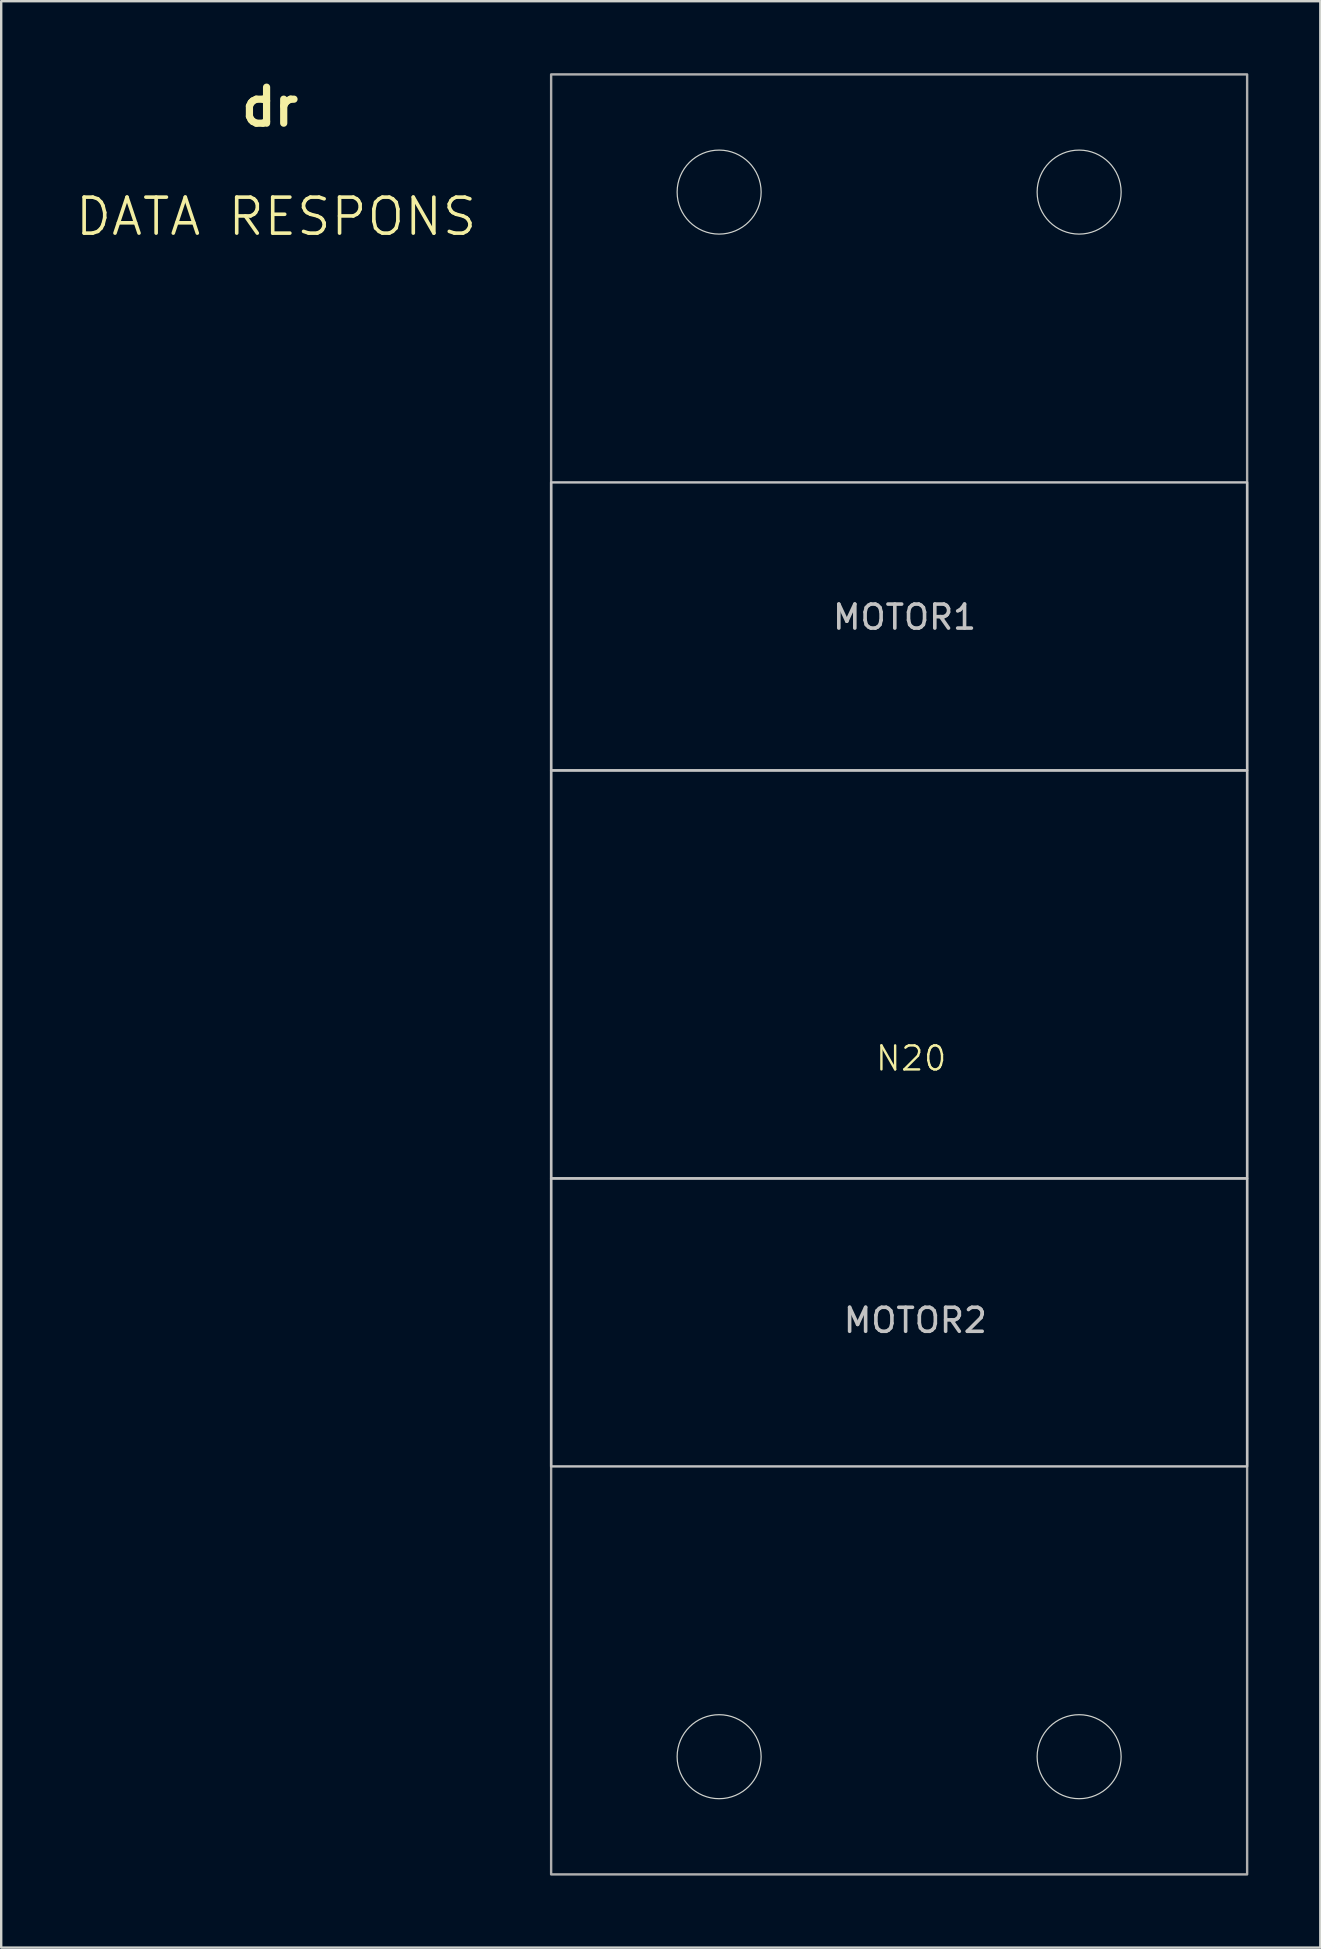
<source format=kicad_pcb>
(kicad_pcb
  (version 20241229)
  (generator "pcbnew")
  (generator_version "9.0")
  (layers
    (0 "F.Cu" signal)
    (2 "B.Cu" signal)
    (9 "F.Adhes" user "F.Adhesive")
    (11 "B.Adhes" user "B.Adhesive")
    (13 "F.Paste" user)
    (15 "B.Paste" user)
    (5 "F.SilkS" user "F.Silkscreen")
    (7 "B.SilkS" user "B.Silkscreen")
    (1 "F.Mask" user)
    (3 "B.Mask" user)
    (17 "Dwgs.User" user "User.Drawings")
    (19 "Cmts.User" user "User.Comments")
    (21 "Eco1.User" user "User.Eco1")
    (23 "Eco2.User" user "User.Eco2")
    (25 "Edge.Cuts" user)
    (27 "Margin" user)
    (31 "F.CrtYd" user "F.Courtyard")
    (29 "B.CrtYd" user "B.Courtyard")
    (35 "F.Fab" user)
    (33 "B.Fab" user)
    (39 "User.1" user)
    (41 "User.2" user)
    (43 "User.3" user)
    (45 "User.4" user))
  (footprint "N20"
    (layer "F.Cu")
    (at 34.414 37.55)
    (property "Reference" "N20" (at 0.5 3.5 0) (unlocked yes) (layer "F.SilkS") (effects (font (size 1 1) (thickness 0.1))))
    (attr smd)
    (fp_rect (start -14.5 -20.5) (end 14.5 -8.5) (stroke (width 0.1) (type default)) (fill no) (layer "Dwgs.User"))
    (fp_rect (start -14.5 -8.5) (end 14.5 8.5) (stroke (width 0.1) (type default)) (fill no) (layer "Dwgs.User"))
    (fp_rect (start -14.5 8.5) (end 14.5 20.5) (stroke (width 0.1) (type default)) (fill no) (layer "Dwgs.User"))
    (fp_circle (center -7.5 -32.596) (end -5.75 -32.596) (stroke (width 0.05) (type default)) (fill no) (layer "Edge.Cuts"))
    (fp_circle (center -7.5 32.596) (end -5.75 32.596) (stroke (width 0.05) (type default)) (fill no) (layer "Edge.Cuts"))
    (fp_circle (center 7.5 -32.596) (end 9.25 -32.596) (stroke (width 0.05) (type default)) (fill no) (layer "Edge.Cuts"))
    (fp_circle (center 7.5 32.596) (end 9.25 32.596) (stroke (width 0.05) (type default)) (fill no) (layer "Edge.Cuts"))
    (fp_rect (start -14.5 -37.5) (end 14.5 37.5) (stroke (width 0.1) (type default)) (fill no) (layer "F.Fab"))
    (fp_text user "MOTOR1" (at -2.85 -14.3 0) (unlocked yes) (layer "Dwgs.User") (effects (font (size 1 1) (thickness 0.15)) (justify left bottom)))
    (fp_text user "MOTOR2" (at -2.4 15 0) (unlocked yes) (layer "Dwgs.User") (effects (font (size 1 1) (thickness 0.15)) (justify left bottom))))
  (footprint "dr"
    (layer "F.Cu")
    (at 8.2 1.404)
    (property "Reference" "dr" (at 0 0 0) (layer "F.SilkS") (effects (font (size 1.5 1.5) (thickness 0.3))))
    (attr board_only exclude_from_pos_files exclude_from_bom)
    (fp_text user "DATA RESPONS" (at -8.2 5.45 0) (unlocked yes) (layer "F.SilkS") (effects (font (size 1.5 1.5) (thickness 0.15)) (justify left bottom))))
  (gr_rect
    (start -3 -3)
    (end 51.964 78.1)
    (stroke (width 0.1) (type default))
    (fill no)
    (layer "Edge.Cuts")))
</source>
